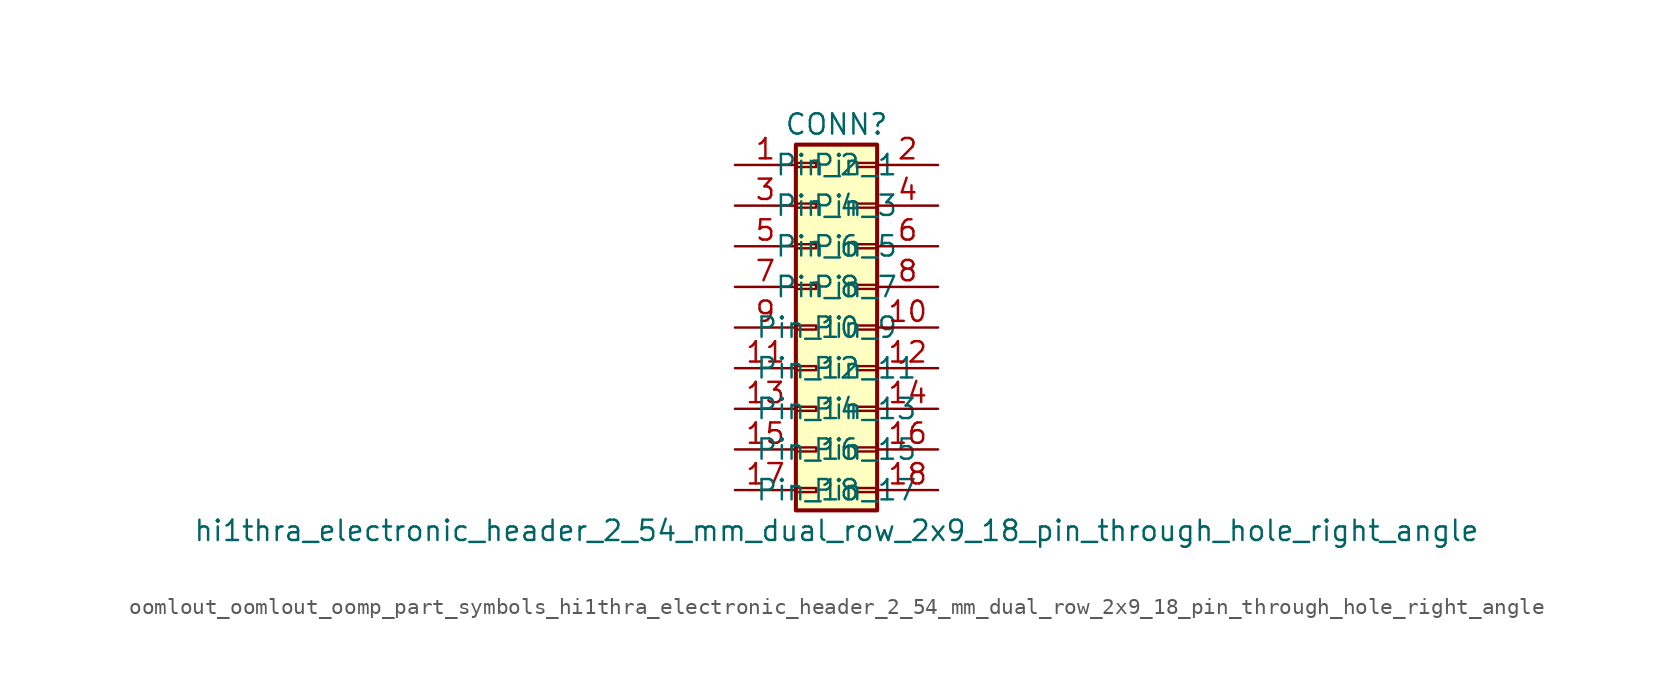
<source format=kicad_sym>
(kicad_symbol_lib
  (version 20220914)
  (generator kicad_symbol_editor)
  (symbol "oomlout_oomlout_oomp_part_symbols_hi1thra_electronic_header_2_54_mm_dual_row_2x9_18_pin_through_hole_right_angle"
    (pin_names
      (offset 1.016))
    (property "Reference" "CONN"
      (at 1.27 12.7 0)
      (effects (font (size 1.27 1.27))))
    (property "Value" "hi1thra_electronic_header_2_54_mm_dual_row_2x9_18_pin_through_hole_right_angle"
      (at 1.27 -12.7 0)
      (effects (font (size 1.27 1.27))))
    (symbol "oomlout_oomlout_oomp_part_symbols_hi1thra_electronic_header_2_54_mm_dual_row_2x9_18_pin_through_hole_right_angle_1_1"
      (rectangle (start -1.27 -10.033) (end 0 -10.287) (stroke (width 0.152) (type default)) (fill (type none)))
      (rectangle (start -1.27 -7.493) (end 0 -7.747) (stroke (width 0.152) (type default)) (fill (type none)))
      (rectangle (start -1.27 -4.953) (end 0 -5.207) (stroke (width 0.152) (type default)) (fill (type none)))
      (rectangle (start -1.27 -2.413) (end 0 -2.667) (stroke (width 0.152) (type default)) (fill (type none)))
      (rectangle (start -1.27 0.127) (end 0 -0.127) (stroke (width 0.152) (type default)) (fill (type none)))
      (rectangle (start -1.27 2.667) (end 0 2.413) (stroke (width 0.152) (type default)) (fill (type none)))
      (rectangle (start -1.27 5.207) (end 0 4.953) (stroke (width 0.152) (type default)) (fill (type none)))
      (rectangle (start -1.27 7.747) (end 0 7.493) (stroke (width 0.152) (type default)) (fill (type none)))
      (rectangle (start -1.27 10.287) (end 0 10.033) (stroke (width 0.152) (type default)) (fill (type none)))
      (rectangle (start -1.27 11.43) (end 3.81 -11.43) (stroke (width 0.254) (type default)) (fill (type background)))
      (rectangle (start 3.81 -10.033) (end 2.54 -10.287) (stroke (width 0.152) (type default)) (fill (type none)))
      (rectangle (start 3.81 -7.493) (end 2.54 -7.747) (stroke (width 0.152) (type default)) (fill (type none)))
      (rectangle (start 3.81 -4.953) (end 2.54 -5.207) (stroke (width 0.152) (type default)) (fill (type none)))
      (rectangle (start 3.81 -2.413) (end 2.54 -2.667) (stroke (width 0.152) (type default)) (fill (type none)))
      (rectangle (start 3.81 0.127) (end 2.54 -0.127) (stroke (width 0.152) (type default)) (fill (type none)))
      (rectangle (start 3.81 2.667) (end 2.54 2.413) (stroke (width 0.152) (type default)) (fill (type none)))
      (rectangle (start 3.81 5.207) (end 2.54 4.953) (stroke (width 0.152) (type default)) (fill (type none)))
      (rectangle (start 3.81 7.747) (end 2.54 7.493) (stroke (width 0.152) (type default)) (fill (type none)))
      (rectangle (start 3.81 10.287) (end 2.54 10.033) (stroke (width 0.152) (type default)) (fill (type none)))
      (pin passive line (at -5.08 10.16 0) (length 3.81) (name "Pin_1" (effects (font (size 1.27 1.27)))) (number "1" (effects (font (size 1.27 1.27)))))
      (pin passive line (at 7.62 0 180) (length 3.81) (name "Pin_10" (effects (font (size 1.27 1.27)))) (number "10" (effects (font (size 1.27 1.27)))))
      (pin passive line (at -5.08 -2.54 0) (length 3.81) (name "Pin_11" (effects (font (size 1.27 1.27)))) (number "11" (effects (font (size 1.27 1.27)))))
      (pin passive line (at 7.62 -2.54 180) (length 3.81) (name "Pin_12" (effects (font (size 1.27 1.27)))) (number "12" (effects (font (size 1.27 1.27)))))
      (pin passive line (at -5.08 -5.08 0) (length 3.81) (name "Pin_13" (effects (font (size 1.27 1.27)))) (number "13" (effects (font (size 1.27 1.27)))))
      (pin passive line (at 7.62 -5.08 180) (length 3.81) (name "Pin_14" (effects (font (size 1.27 1.27)))) (number "14" (effects (font (size 1.27 1.27)))))
      (pin passive line (at -5.08 -7.62 0) (length 3.81) (name "Pin_15" (effects (font (size 1.27 1.27)))) (number "15" (effects (font (size 1.27 1.27)))))
      (pin passive line (at 7.62 -7.62 180) (length 3.81) (name "Pin_16" (effects (font (size 1.27 1.27)))) (number "16" (effects (font (size 1.27 1.27)))))
      (pin passive line (at -5.08 -10.16 0) (length 3.81) (name "Pin_17" (effects (font (size 1.27 1.27)))) (number "17" (effects (font (size 1.27 1.27)))))
      (pin passive line (at 7.62 -10.16 180) (length 3.81) (name "Pin_18" (effects (font (size 1.27 1.27)))) (number "18" (effects (font (size 1.27 1.27)))))
      (pin passive line (at 7.62 10.16 180) (length 3.81) (name "Pin_2" (effects (font (size 1.27 1.27)))) (number "2" (effects (font (size 1.27 1.27)))))
      (pin passive line (at -5.08 7.62 0) (length 3.81) (name "Pin_3" (effects (font (size 1.27 1.27)))) (number "3" (effects (font (size 1.27 1.27)))))
      (pin passive line (at 7.62 7.62 180) (length 3.81) (name "Pin_4" (effects (font (size 1.27 1.27)))) (number "4" (effects (font (size 1.27 1.27)))))
      (pin passive line (at -5.08 5.08 0) (length 3.81) (name "Pin_5" (effects (font (size 1.27 1.27)))) (number "5" (effects (font (size 1.27 1.27)))))
      (pin passive line (at 7.62 5.08 180) (length 3.81) (name "Pin_6" (effects (font (size 1.27 1.27)))) (number "6" (effects (font (size 1.27 1.27)))))
      (pin passive line (at -5.08 2.54 0) (length 3.81) (name "Pin_7" (effects (font (size 1.27 1.27)))) (number "7" (effects (font (size 1.27 1.27)))))
      (pin passive line (at 7.62 2.54 180) (length 3.81) (name "Pin_8" (effects (font (size 1.27 1.27)))) (number "8" (effects (font (size 1.27 1.27)))))
      (pin passive line (at -5.08 0 0) (length 3.81) (name "Pin_9" (effects (font (size 1.27 1.27)))) (number "9" (effects (font (size 1.27 1.27))))))))
</source>
